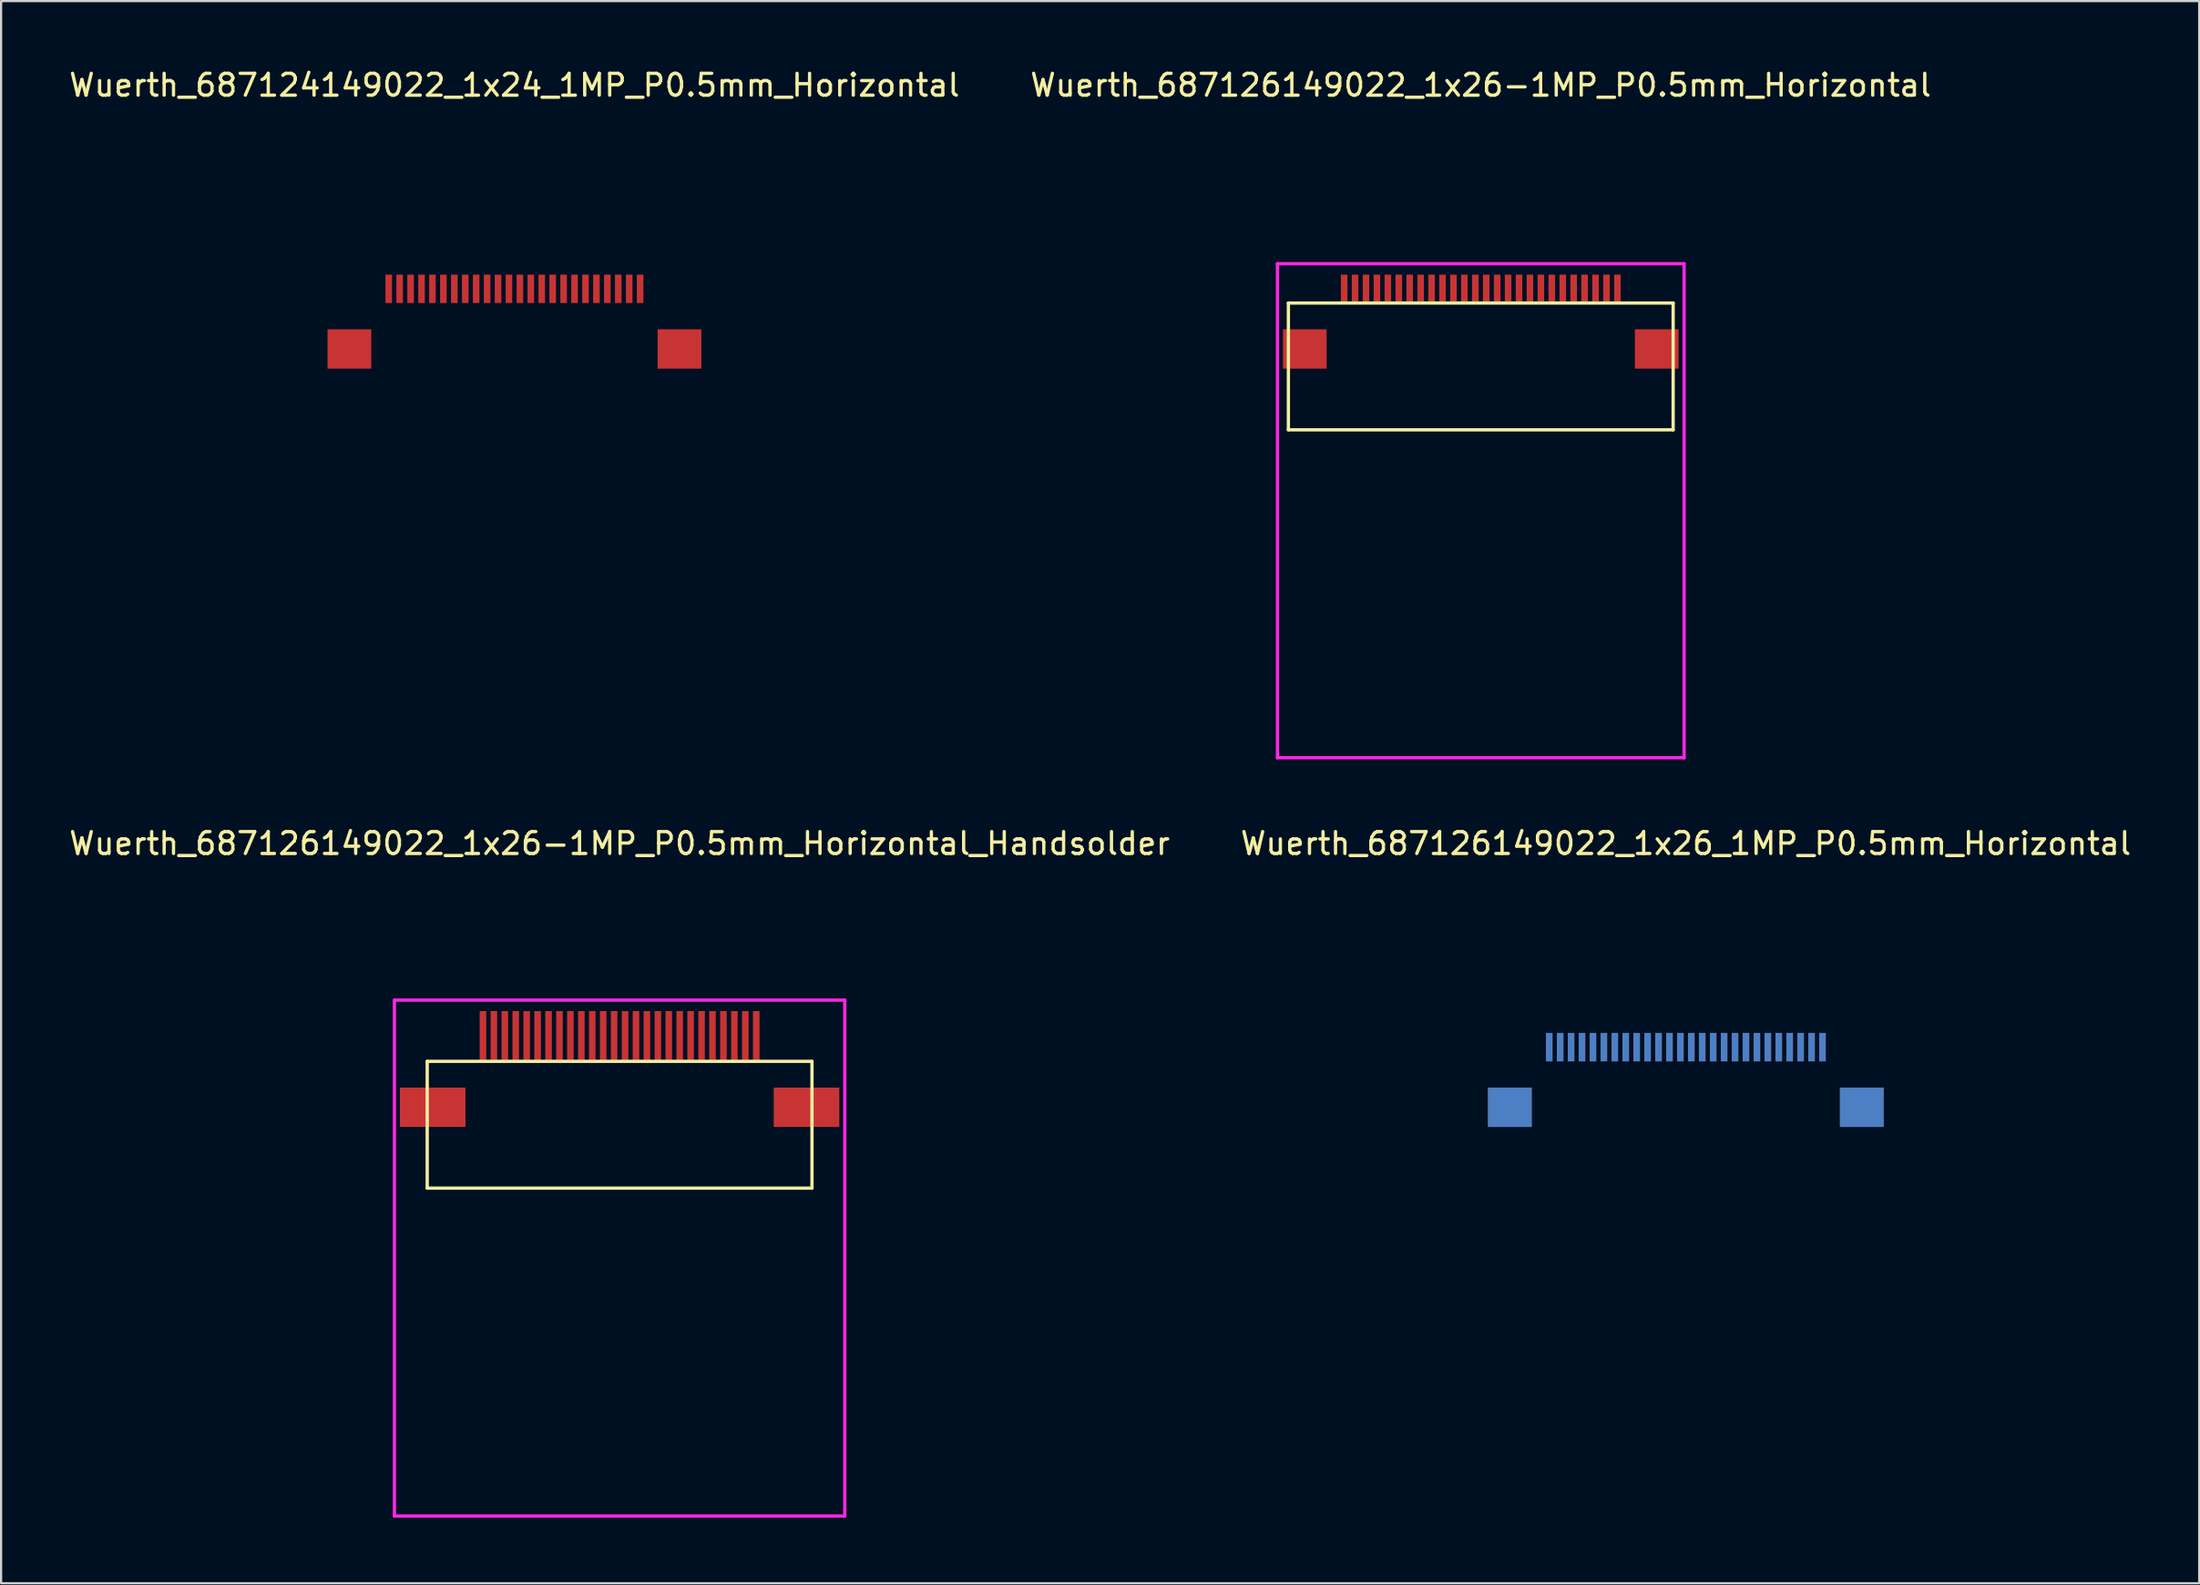
<source format=kicad_pcb>
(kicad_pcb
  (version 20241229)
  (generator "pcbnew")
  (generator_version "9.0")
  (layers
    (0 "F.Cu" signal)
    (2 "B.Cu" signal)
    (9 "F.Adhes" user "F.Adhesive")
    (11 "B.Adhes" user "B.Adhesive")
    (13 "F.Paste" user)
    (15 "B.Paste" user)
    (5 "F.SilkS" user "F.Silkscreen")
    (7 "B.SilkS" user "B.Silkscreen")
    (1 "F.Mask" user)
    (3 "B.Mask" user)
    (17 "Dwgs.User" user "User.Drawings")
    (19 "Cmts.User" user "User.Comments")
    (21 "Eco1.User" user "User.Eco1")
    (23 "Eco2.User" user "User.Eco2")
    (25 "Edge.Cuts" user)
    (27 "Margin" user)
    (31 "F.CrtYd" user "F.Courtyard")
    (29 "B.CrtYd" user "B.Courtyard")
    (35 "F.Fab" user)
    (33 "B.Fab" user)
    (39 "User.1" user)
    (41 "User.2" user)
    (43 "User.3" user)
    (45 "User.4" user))
  (footprint "Wuerth_687126149022_1x26_1MP_P0.5mm_Horizontal"
    (layer "F.Cu")
    (at 74.065 47.602)
    (property "Reference" "Wuerth_687126149022_1x26_1MP_P0.5mm_Horizontal" (at 0 -12.065 0) (layer "F.SilkS") (effects (font (size 1 1) (thickness 0.15))))
    (attr through_hole)
    (pad "1" smd rect (at -6.25 -2.75) (size 0.3 1.3) (layers "*.Cu" "*.Mask"))
    (pad "2" smd rect (at -5.75 -2.75) (size 0.3 1.3) (layers "*.Cu" "*.Mask"))
    (pad "3" smd rect (at -5.25 -2.75) (size 0.3 1.3) (layers "*.Cu" "*.Mask"))
    (pad "4" smd rect (at -4.75 -2.75) (size 0.3 1.3) (layers "*.Cu" "*.Mask"))
    (pad "5" smd rect (at -4.25 -2.75) (size 0.3 1.3) (layers "*.Cu" "*.Mask"))
    (pad "6" smd rect (at -3.75 -2.75) (size 0.3 1.3) (layers "*.Cu" "*.Mask"))
    (pad "7" smd rect (at -3.25 -2.75) (size 0.3 1.3) (layers "*.Cu" "*.Mask"))
    (pad "8" smd rect (at -2.75 -2.75) (size 0.3 1.3) (layers "*.Cu" "*.Mask"))
    (pad "9" smd rect (at -2.25 -2.75) (size 0.3 1.3) (layers "*.Cu" "*.Mask"))
    (pad "10" smd rect (at -1.75 -2.75) (size 0.3 1.3) (layers "*.Cu" "*.Mask"))
    (pad "11" smd rect (at -1.25 -2.75) (size 0.3 1.3) (layers "*.Cu" "*.Mask"))
    (pad "12" smd rect (at -0.75 -2.75) (size 0.3 1.3) (layers "*.Cu" "*.Mask"))
    (pad "13" smd rect (at -0.25 -2.75) (size 0.3 1.3) (layers "*.Cu" "*.Mask"))
    (pad "14" smd rect (at 0.25 -2.75) (size 0.3 1.3) (layers "*.Cu" "*.Mask"))
    (pad "15" smd rect (at 0.75 -2.75) (size 0.3 1.3) (layers "*.Cu" "*.Mask"))
    (pad "16" smd rect (at 1.25 -2.75) (size 0.3 1.3) (layers "*.Cu" "*.Mask"))
    (pad "17" smd rect (at 1.75 -2.75) (size 0.3 1.3) (layers "*.Cu" "*.Mask"))
    (pad "18" smd rect (at 2.25 -2.75) (size 0.3 1.3) (layers "*.Cu" "*.Mask"))
    (pad "19" smd rect (at 2.75 -2.75) (size 0.3 1.3) (layers "*.Cu" "*.Mask"))
    (pad "20" smd rect (at 3.25 -2.75) (size 0.3 1.3) (layers "*.Cu" "*.Mask"))
    (pad "21" smd rect (at 3.75 -2.75) (size 0.3 1.3) (layers "*.Cu" "*.Mask"))
    (pad "22" smd rect (at 4.25 -2.75) (size 0.3 1.3) (layers "*.Cu" "*.Mask"))
    (pad "23" smd rect (at 4.75 -2.75) (size 0.3 1.3) (layers "*.Cu" "*.Mask"))
    (pad "24" smd rect (at 5.25 -2.75) (size 0.3 1.3) (layers "*.Cu" "*.Mask"))
    (pad "25" smd rect (at 5.75 -2.75) (size 0.3 1.3) (layers "*.Cu" "*.Mask"))
    (pad "26" smd rect (at 6.25 -2.75) (size 0.3 1.3) (layers "*.Cu" "*.Mask"))
    (pad "MP" smd rect (at -8.05 0) (size 2 1.8) (layers "*.Cu" "*.Mask"))
    (pad "MP" smd rect (at 8.05 0) (size 2 1.8) (layers "*.Cu" "*.Mask")))
  (footprint "Wuerth_687126149022_1x26-1MP_P0.5mm_Horizontal_Handsolder"
    (layer "F.Cu")
    (at 25.292 47.602)
    (property "Reference" "Wuerth_687126149022_1x26-1MP_P0.5mm_Horizontal_Handsolder" (at 0 -12.065 0) (layer "F.SilkS") (effects (font (size 1 1) (thickness 0.15))))
    (attr through_hole)
    (fp_line (start -8.8 -2.1) (end 8.8 -2.1) (stroke (width 0.15) (type solid)) (layer "F.SilkS"))
    (fp_line (start -8.8 3.7) (end -8.8 -2.1) (stroke (width 0.15) (type solid)) (layer "F.SilkS"))
    (fp_line (start 8.8 -2.1) (end 8.8 3.7) (stroke (width 0.15) (type solid)) (layer "F.SilkS"))
    (fp_line (start 8.8 3.7) (end -8.8 3.7) (stroke (width 0.15) (type solid)) (layer "F.SilkS"))
    (fp_line (start -10.3 -4.9) (end 10.3 -4.9) (stroke (width 0.15) (type solid)) (layer "F.CrtYd"))
    (fp_line (start -10.3 18.7) (end -10.3 -4.9) (stroke (width 0.15) (type solid)) (layer "F.CrtYd"))
    (fp_line (start 10.3 -4.9) (end 10.3 18.7) (stroke (width 0.15) (type solid)) (layer "F.CrtYd"))
    (fp_line (start 10.3 18.7) (end -10.3 18.7) (stroke (width 0.15) (type solid)) (layer "F.CrtYd"))
    (pad "1" smd rect (at -6.25 -3.25) (size 0.3 2.3) (layers "F.Cu" "F.Mask"))
    (pad "2" smd rect (at -5.75 -3.25) (size 0.3 2.3) (layers "F.Cu" "F.Mask"))
    (pad "3" smd rect (at -5.25 -3.25) (size 0.3 2.3) (layers "F.Cu" "F.Mask"))
    (pad "4" smd rect (at -4.75 -3.25) (size 0.3 2.3) (layers "F.Cu" "F.Mask"))
    (pad "5" smd rect (at -4.25 -3.25) (size 0.3 2.3) (layers "F.Cu" "F.Mask"))
    (pad "6" smd rect (at -3.75 -3.25) (size 0.3 2.3) (layers "F.Cu" "F.Mask"))
    (pad "7" smd rect (at -3.25 -3.25) (size 0.3 2.3) (layers "F.Cu" "F.Mask"))
    (pad "8" smd rect (at -2.75 -3.25) (size 0.3 2.3) (layers "F.Cu" "F.Mask"))
    (pad "9" smd rect (at -2.25 -3.25) (size 0.3 2.3) (layers "F.Cu" "F.Mask"))
    (pad "10" smd rect (at -1.75 -3.25) (size 0.3 2.3) (layers "F.Cu" "F.Mask"))
    (pad "11" smd rect (at -1.25 -3.25) (size 0.3 2.3) (layers "F.Cu" "F.Mask"))
    (pad "12" smd rect (at -0.75 -3.25) (size 0.3 2.3) (layers "F.Cu" "F.Mask"))
    (pad "13" smd rect (at -0.25 -3.25) (size 0.3 2.3) (layers "F.Cu" "F.Mask"))
    (pad "14" smd rect (at 0.25 -3.25) (size 0.3 2.3) (layers "F.Cu" "F.Mask"))
    (pad "15" smd rect (at 0.75 -3.25) (size 0.3 2.3) (layers "F.Cu" "F.Mask"))
    (pad "16" smd rect (at 1.25 -3.25) (size 0.3 2.3) (layers "F.Cu" "F.Mask"))
    (pad "17" smd rect (at 1.75 -3.25) (size 0.3 2.3) (layers "F.Cu" "F.Mask"))
    (pad "18" smd rect (at 2.25 -3.25) (size 0.3 2.3) (layers "F.Cu" "F.Mask"))
    (pad "19" smd rect (at 2.75 -3.25) (size 0.3 2.3) (layers "F.Cu" "F.Mask"))
    (pad "20" smd rect (at 3.25 -3.25) (size 0.3 2.3) (layers "F.Cu" "F.Mask"))
    (pad "21" smd rect (at 3.75 -3.25) (size 0.3 2.3) (layers "F.Cu" "F.Mask"))
    (pad "22" smd rect (at 4.25 -3.25) (size 0.3 2.3) (layers "F.Cu" "F.Mask"))
    (pad "23" smd rect (at 4.75 -3.25) (size 0.3 2.3) (layers "F.Cu" "F.Mask"))
    (pad "24" smd rect (at 5.25 -3.25) (size 0.3 2.3) (layers "F.Cu" "F.Mask"))
    (pad "25" smd rect (at 5.75 -3.25) (size 0.3 2.3) (layers "F.Cu" "F.Mask"))
    (pad "26" smd rect (at 6.25 -3.25) (size 0.3 2.3) (layers "F.Cu" "F.Mask"))
    (pad "MP" smd rect (at -8.55 0) (size 3 1.8) (layers "F.Cu" "F.Mask"))
    (pad "MP" smd rect (at 8.55 0) (size 3 1.8) (layers "F.Cu" "F.Mask")))
  (footprint "Wuerth_687124149022_1x24_1MP_P0.5mm_Horizontal"
    (layer "F.Cu")
    (at 20.482 12.913)
    (property "Reference" "Wuerth_687124149022_1x24_1MP_P0.5mm_Horizontal" (at 0 -12.065 0) (layer "F.SilkS") (effects (font (size 1 1) (thickness 0.15))))
    (attr through_hole)
    (pad "1" smd rect (at -5.75 -2.75) (size 0.3 1.3) (layers "F.Cu" "F.Mask"))
    (pad "2" smd rect (at -5.25 -2.75) (size 0.3 1.3) (layers "F.Cu" "F.Mask"))
    (pad "3" smd rect (at -4.75 -2.75) (size 0.3 1.3) (layers "F.Cu" "F.Mask"))
    (pad "4" smd rect (at -4.25 -2.75) (size 0.3 1.3) (layers "F.Cu" "F.Mask"))
    (pad "5" smd rect (at -3.75 -2.75) (size 0.3 1.3) (layers "F.Cu" "F.Mask"))
    (pad "6" smd rect (at -3.25 -2.75) (size 0.3 1.3) (layers "F.Cu" "F.Mask"))
    (pad "7" smd rect (at -2.75 -2.75) (size 0.3 1.3) (layers "F.Cu" "F.Mask"))
    (pad "8" smd rect (at -2.25 -2.75) (size 0.3 1.3) (layers "F.Cu" "F.Mask"))
    (pad "9" smd rect (at -1.75 -2.75) (size 0.3 1.3) (layers "F.Cu" "F.Mask"))
    (pad "10" smd rect (at -1.25 -2.75) (size 0.3 1.3) (layers "F.Cu" "F.Mask"))
    (pad "11" smd rect (at -0.75 -2.75) (size 0.3 1.3) (layers "F.Cu" "F.Mask"))
    (pad "12" smd rect (at -0.25 -2.75) (size 0.3 1.3) (layers "F.Cu" "F.Mask"))
    (pad "13" smd rect (at 0.25 -2.75) (size 0.3 1.3) (layers "F.Cu" "F.Mask"))
    (pad "14" smd rect (at 0.75 -2.75) (size 0.3 1.3) (layers "F.Cu" "F.Mask"))
    (pad "15" smd rect (at 1.25 -2.75) (size 0.3 1.3) (layers "F.Cu" "F.Mask"))
    (pad "16" smd rect (at 1.75 -2.75) (size 0.3 1.3) (layers "F.Cu" "F.Mask"))
    (pad "17" smd rect (at 2.25 -2.75) (size 0.3 1.3) (layers "F.Cu" "F.Mask"))
    (pad "18" smd rect (at 2.75 -2.75) (size 0.3 1.3) (layers "F.Cu" "F.Mask"))
    (pad "19" smd rect (at 3.25 -2.75) (size 0.3 1.3) (layers "F.Cu" "F.Mask"))
    (pad "20" smd rect (at 3.75 -2.75) (size 0.3 1.3) (layers "F.Cu" "F.Mask"))
    (pad "21" smd rect (at 4.25 -2.75) (size 0.3 1.3) (layers "F.Cu" "F.Mask"))
    (pad "22" smd rect (at 4.75 -2.75) (size 0.3 1.3) (layers "F.Cu" "F.Mask"))
    (pad "23" smd rect (at 5.25 -2.75) (size 0.3 1.3) (layers "F.Cu" "F.Mask"))
    (pad "24" smd rect (at 5.75 -2.75) (size 0.3 1.3) (layers "F.Cu" "F.Mask"))
    (pad "MP" smd rect (at -7.55 0) (size 2 1.8) (layers "F.Cu" "F.Mask"))
    (pad "MP" smd rect (at 7.55 0) (size 2 1.8) (layers "F.Cu" "F.Mask")))
  (footprint "Wuerth_687126149022_1x26-1MP_P0.5mm_Horizontal"
    (layer "F.Cu")
    (at 64.685 12.913)
    (property "Reference" "Wuerth_687126149022_1x26-1MP_P0.5mm_Horizontal" (at 0 -12.065 0) (layer "F.SilkS") (effects (font (size 1 1) (thickness 0.15))))
    (attr through_hole)
    (fp_line (start -8.8 -2.1) (end 8.8 -2.1) (stroke (width 0.15) (type solid)) (layer "F.SilkS"))
    (fp_line (start -8.8 3.7) (end -8.8 -2.1) (stroke (width 0.15) (type solid)) (layer "F.SilkS"))
    (fp_line (start 8.8 -2.1) (end 8.8 3.7) (stroke (width 0.15) (type solid)) (layer "F.SilkS"))
    (fp_line (start 8.8 3.7) (end -8.8 3.7) (stroke (width 0.15) (type solid)) (layer "F.SilkS"))
    (fp_line (start -9.3 -3.9) (end 9.3 -3.9) (stroke (width 0.15) (type solid)) (layer "F.CrtYd"))
    (fp_line (start -9.3 18.7) (end -9.3 -3.9) (stroke (width 0.15) (type solid)) (layer "F.CrtYd"))
    (fp_line (start 9.3 -3.9) (end 9.3 18.7) (stroke (width 0.15) (type solid)) (layer "F.CrtYd"))
    (fp_line (start 9.3 18.7) (end -9.3 18.7) (stroke (width 0.15) (type solid)) (layer "F.CrtYd"))
    (pad "1" smd rect (at -6.25 -2.75) (size 0.3 1.3) (layers "F.Cu" "F.Mask"))
    (pad "2" smd rect (at -5.75 -2.75) (size 0.3 1.3) (layers "F.Cu" "F.Mask"))
    (pad "3" smd rect (at -5.25 -2.75) (size 0.3 1.3) (layers "F.Cu" "F.Mask"))
    (pad "4" smd rect (at -4.75 -2.75) (size 0.3 1.3) (layers "F.Cu" "F.Mask"))
    (pad "5" smd rect (at -4.25 -2.75) (size 0.3 1.3) (layers "F.Cu" "F.Mask"))
    (pad "6" smd rect (at -3.75 -2.75) (size 0.3 1.3) (layers "F.Cu" "F.Mask"))
    (pad "7" smd rect (at -3.25 -2.75) (size 0.3 1.3) (layers "F.Cu" "F.Mask"))
    (pad "8" smd rect (at -2.75 -2.75) (size 0.3 1.3) (layers "F.Cu" "F.Mask"))
    (pad "9" smd rect (at -2.25 -2.75) (size 0.3 1.3) (layers "F.Cu" "F.Mask"))
    (pad "10" smd rect (at -1.75 -2.75) (size 0.3 1.3) (layers "F.Cu" "F.Mask"))
    (pad "11" smd rect (at -1.25 -2.75) (size 0.3 1.3) (layers "F.Cu" "F.Mask"))
    (pad "12" smd rect (at -0.75 -2.75) (size 0.3 1.3) (layers "F.Cu" "F.Mask"))
    (pad "13" smd rect (at -0.25 -2.75) (size 0.3 1.3) (layers "F.Cu" "F.Mask"))
    (pad "14" smd rect (at 0.25 -2.75) (size 0.3 1.3) (layers "F.Cu" "F.Mask"))
    (pad "15" smd rect (at 0.75 -2.75) (size 0.3 1.3) (layers "F.Cu" "F.Mask"))
    (pad "16" smd rect (at 1.25 -2.75) (size 0.3 1.3) (layers "F.Cu" "F.Mask"))
    (pad "17" smd rect (at 1.75 -2.75) (size 0.3 1.3) (layers "F.Cu" "F.Mask"))
    (pad "18" smd rect (at 2.25 -2.75) (size 0.3 1.3) (layers "F.Cu" "F.Mask"))
    (pad "19" smd rect (at 2.75 -2.75) (size 0.3 1.3) (layers "F.Cu" "F.Mask"))
    (pad "20" smd rect (at 3.25 -2.75) (size 0.3 1.3) (layers "F.Cu" "F.Mask"))
    (pad "21" smd rect (at 3.75 -2.75) (size 0.3 1.3) (layers "F.Cu" "F.Mask"))
    (pad "22" smd rect (at 4.25 -2.75) (size 0.3 1.3) (layers "F.Cu" "F.Mask"))
    (pad "23" smd rect (at 4.75 -2.75) (size 0.3 1.3) (layers "F.Cu" "F.Mask"))
    (pad "24" smd rect (at 5.25 -2.75) (size 0.3 1.3) (layers "F.Cu" "F.Mask"))
    (pad "25" smd rect (at 5.75 -2.75) (size 0.3 1.3) (layers "F.Cu" "F.Mask"))
    (pad "26" smd rect (at 6.25 -2.75) (size 0.3 1.3) (layers "F.Cu" "F.Mask"))
    (pad "MP" smd rect (at -8.05 0) (size 2 1.8) (layers "F.Cu" "F.Mask"))
    (pad "MP" smd rect (at 8.05 0) (size 2 1.8) (layers "F.Cu" "F.Mask")))
  (gr_rect
    (start -3 -3)
    (end 97.548 69.376)
    (stroke (width 0.1) (type default))
    (fill no)
    (layer "Edge.Cuts")))
</source>
